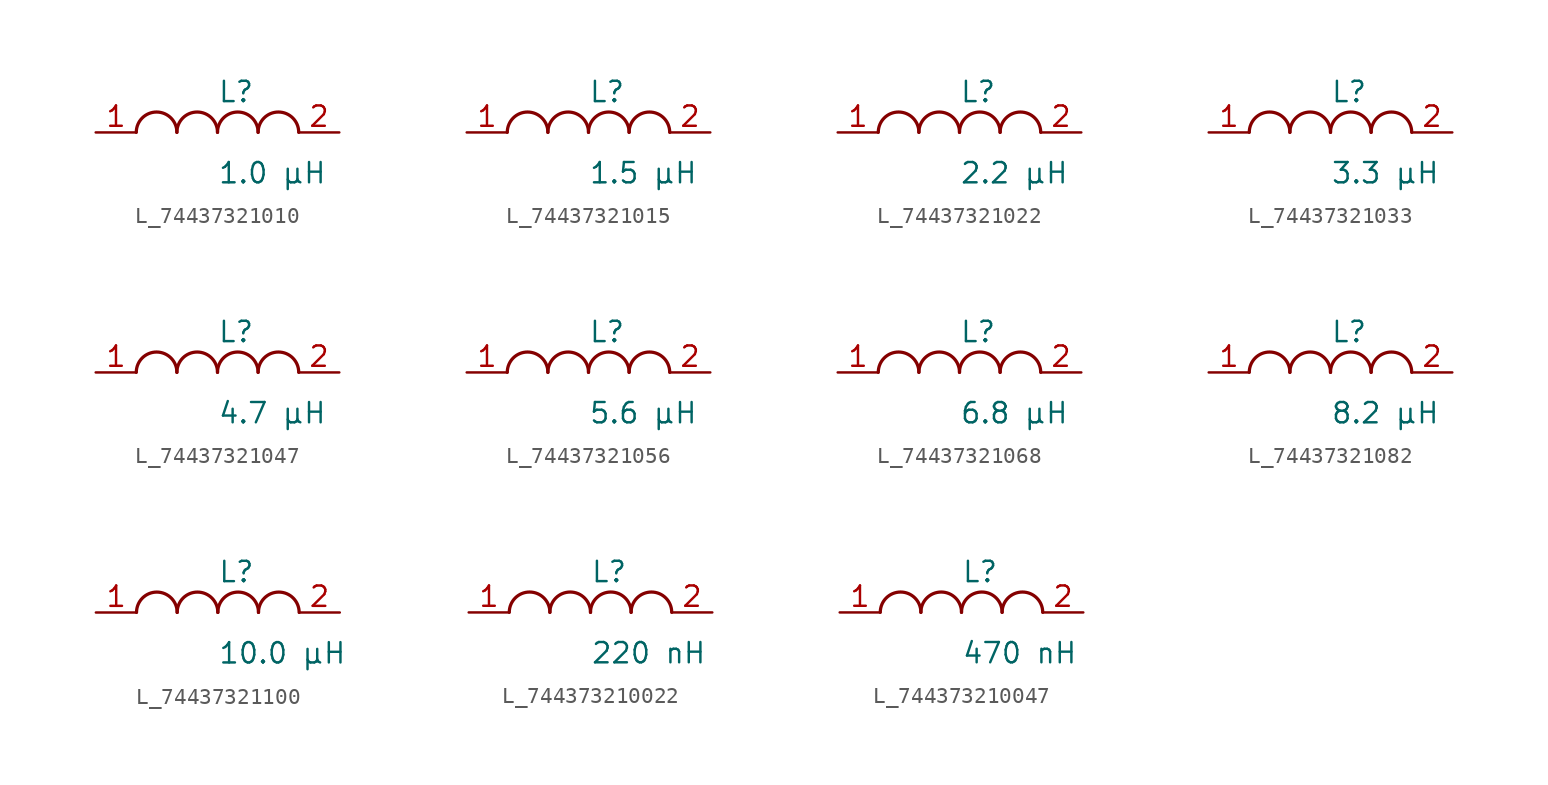
<source format=kicad_sym>
(kicad_symbol_lib
  (version 20231120)
  (generator kicad_symbol_editor)
  (generator_version 8.0)
  (symbol "L_74437321010"
    (pin_names
      (offset 0.254))
    (property "Reference" "L"
      (at 0 2.54 0)
      (effects (font (size 1.27 1.27)) (justify left)))
    (property "Value" "1.0 µH"
      (at 0 -2.54 0)
      (effects (font (size 1.27 1.27)) (justify left)))
    (symbol "L_74437321010_1_1"
      (arc (start -2.54 0.0056) (mid -3.81 1.27) (end -5.08 0.0056) (stroke (width 0.2032) (type default)) (fill (type none)))
      (arc (start 0 0.0056) (mid -1.27 1.27) (end -2.54 0.0056) (stroke (width 0.2032) (type default)) (fill (type none)))
      (arc (start 2.54 0.0056) (mid 1.27 1.27) (end 0 0.0056) (stroke (width 0.2032) (type default)) (fill (type none)))
      (arc (start 5.08 0.0056) (mid 3.81 1.27) (end 2.54 0.0056) (stroke (width 0.2032) (type default)) (fill (type none)))
      (pin unspecified line (at -7.62 0 0) (length 2.54) (name "" (effects (font (size 1.27 1.27)))) (number "1" (effects (font (size 1.27 1.27)))))
      (pin unspecified line (at 7.62 0 180) (length 2.54) (name "" (effects (font (size 1.27 1.27)))) (number "2" (effects (font (size 1.27 1.27)))))))
  (symbol "L_74437321015"
    (pin_names
      (offset 0.254))
    (property "Reference" "L"
      (at 0 2.54 0)
      (effects (font (size 1.27 1.27)) (justify left)))
    (property "Value" "1.5 µH"
      (at 0 -2.54 0)
      (effects (font (size 1.27 1.27)) (justify left)))
    (symbol "L_74437321015_1_1"
      (arc (start -2.54 0.0056) (mid -3.81 1.27) (end -5.08 0.0056) (stroke (width 0.2032) (type default)) (fill (type none)))
      (arc (start 0 0.0056) (mid -1.27 1.27) (end -2.54 0.0056) (stroke (width 0.2032) (type default)) (fill (type none)))
      (arc (start 2.54 0.0056) (mid 1.27 1.27) (end 0 0.0056) (stroke (width 0.2032) (type default)) (fill (type none)))
      (arc (start 5.08 0.0056) (mid 3.81 1.27) (end 2.54 0.0056) (stroke (width 0.2032) (type default)) (fill (type none)))
      (pin unspecified line (at -7.62 0 0) (length 2.54) (name "" (effects (font (size 1.27 1.27)))) (number "1" (effects (font (size 1.27 1.27)))))
      (pin unspecified line (at 7.62 0 180) (length 2.54) (name "" (effects (font (size 1.27 1.27)))) (number "2" (effects (font (size 1.27 1.27)))))))
  (symbol "L_74437321022"
    (pin_names
      (offset 0.254))
    (property "Reference" "L"
      (at 0 2.54 0)
      (effects (font (size 1.27 1.27)) (justify left)))
    (property "Value" "2.2 µH"
      (at 0 -2.54 0)
      (effects (font (size 1.27 1.27)) (justify left)))
    (symbol "L_74437321022_1_1"
      (arc (start -2.54 0.0056) (mid -3.81 1.27) (end -5.08 0.0056) (stroke (width 0.2032) (type default)) (fill (type none)))
      (arc (start 0 0.0056) (mid -1.27 1.27) (end -2.54 0.0056) (stroke (width 0.2032) (type default)) (fill (type none)))
      (arc (start 2.54 0.0056) (mid 1.27 1.27) (end 0 0.0056) (stroke (width 0.2032) (type default)) (fill (type none)))
      (arc (start 5.08 0.0056) (mid 3.81 1.27) (end 2.54 0.0056) (stroke (width 0.2032) (type default)) (fill (type none)))
      (pin unspecified line (at -7.62 0 0) (length 2.54) (name "" (effects (font (size 1.27 1.27)))) (number "1" (effects (font (size 1.27 1.27)))))
      (pin unspecified line (at 7.62 0 180) (length 2.54) (name "" (effects (font (size 1.27 1.27)))) (number "2" (effects (font (size 1.27 1.27)))))))
  (symbol "L_74437321033"
    (pin_names
      (offset 0.254))
    (property "Reference" "L"
      (at 0 2.54 0)
      (effects (font (size 1.27 1.27)) (justify left)))
    (property "Value" "3.3 µH"
      (at 0 -2.54 0)
      (effects (font (size 1.27 1.27)) (justify left)))
    (symbol "L_74437321033_1_1"
      (arc (start -2.54 0.0056) (mid -3.81 1.27) (end -5.08 0.0056) (stroke (width 0.2032) (type default)) (fill (type none)))
      (arc (start 0 0.0056) (mid -1.27 1.27) (end -2.54 0.0056) (stroke (width 0.2032) (type default)) (fill (type none)))
      (arc (start 2.54 0.0056) (mid 1.27 1.27) (end 0 0.0056) (stroke (width 0.2032) (type default)) (fill (type none)))
      (arc (start 5.08 0.0056) (mid 3.81 1.27) (end 2.54 0.0056) (stroke (width 0.2032) (type default)) (fill (type none)))
      (pin unspecified line (at -7.62 0 0) (length 2.54) (name "" (effects (font (size 1.27 1.27)))) (number "1" (effects (font (size 1.27 1.27)))))
      (pin unspecified line (at 7.62 0 180) (length 2.54) (name "" (effects (font (size 1.27 1.27)))) (number "2" (effects (font (size 1.27 1.27)))))))
  (symbol "L_74437321047"
    (pin_names
      (offset 0.254))
    (property "Reference" "L"
      (at 0 2.54 0)
      (effects (font (size 1.27 1.27)) (justify left)))
    (property "Value" "4.7 µH"
      (at 0 -2.54 0)
      (effects (font (size 1.27 1.27)) (justify left)))
    (symbol "L_74437321047_1_1"
      (arc (start -2.54 0.0056) (mid -3.81 1.27) (end -5.08 0.0056) (stroke (width 0.2032) (type default)) (fill (type none)))
      (arc (start 0 0.0056) (mid -1.27 1.27) (end -2.54 0.0056) (stroke (width 0.2032) (type default)) (fill (type none)))
      (arc (start 2.54 0.0056) (mid 1.27 1.27) (end 0 0.0056) (stroke (width 0.2032) (type default)) (fill (type none)))
      (arc (start 5.08 0.0056) (mid 3.81 1.27) (end 2.54 0.0056) (stroke (width 0.2032) (type default)) (fill (type none)))
      (pin unspecified line (at -7.62 0 0) (length 2.54) (name "" (effects (font (size 1.27 1.27)))) (number "1" (effects (font (size 1.27 1.27)))))
      (pin unspecified line (at 7.62 0 180) (length 2.54) (name "" (effects (font (size 1.27 1.27)))) (number "2" (effects (font (size 1.27 1.27)))))))
  (symbol "L_74437321056"
    (pin_names
      (offset 0.254))
    (property "Reference" "L"
      (at 0 2.54 0)
      (effects (font (size 1.27 1.27)) (justify left)))
    (property "Value" "5.6 µH"
      (at 0 -2.54 0)
      (effects (font (size 1.27 1.27)) (justify left)))
    (symbol "L_74437321056_1_1"
      (arc (start -2.54 0.0056) (mid -3.81 1.27) (end -5.08 0.0056) (stroke (width 0.2032) (type default)) (fill (type none)))
      (arc (start 0 0.0056) (mid -1.27 1.27) (end -2.54 0.0056) (stroke (width 0.2032) (type default)) (fill (type none)))
      (arc (start 2.54 0.0056) (mid 1.27 1.27) (end 0 0.0056) (stroke (width 0.2032) (type default)) (fill (type none)))
      (arc (start 5.08 0.0056) (mid 3.81 1.27) (end 2.54 0.0056) (stroke (width 0.2032) (type default)) (fill (type none)))
      (pin unspecified line (at -7.62 0 0) (length 2.54) (name "" (effects (font (size 1.27 1.27)))) (number "1" (effects (font (size 1.27 1.27)))))
      (pin unspecified line (at 7.62 0 180) (length 2.54) (name "" (effects (font (size 1.27 1.27)))) (number "2" (effects (font (size 1.27 1.27)))))))
  (symbol "L_74437321068"
    (pin_names
      (offset 0.254))
    (property "Reference" "L"
      (at 0 2.54 0)
      (effects (font (size 1.27 1.27)) (justify left)))
    (property "Value" "6.8 µH"
      (at 0 -2.54 0)
      (effects (font (size 1.27 1.27)) (justify left)))
    (symbol "L_74437321068_1_1"
      (arc (start -2.54 0.0056) (mid -3.81 1.27) (end -5.08 0.0056) (stroke (width 0.2032) (type default)) (fill (type none)))
      (arc (start 0 0.0056) (mid -1.27 1.27) (end -2.54 0.0056) (stroke (width 0.2032) (type default)) (fill (type none)))
      (arc (start 2.54 0.0056) (mid 1.27 1.27) (end 0 0.0056) (stroke (width 0.2032) (type default)) (fill (type none)))
      (arc (start 5.08 0.0056) (mid 3.81 1.27) (end 2.54 0.0056) (stroke (width 0.2032) (type default)) (fill (type none)))
      (pin unspecified line (at -7.62 0 0) (length 2.54) (name "" (effects (font (size 1.27 1.27)))) (number "1" (effects (font (size 1.27 1.27)))))
      (pin unspecified line (at 7.62 0 180) (length 2.54) (name "" (effects (font (size 1.27 1.27)))) (number "2" (effects (font (size 1.27 1.27)))))))
  (symbol "L_74437321082"
    (pin_names
      (offset 0.254))
    (property "Reference" "L"
      (at 0 2.54 0)
      (effects (font (size 1.27 1.27)) (justify left)))
    (property "Value" "8.2 µH"
      (at 0 -2.54 0)
      (effects (font (size 1.27 1.27)) (justify left)))
    (symbol "L_74437321082_1_1"
      (arc (start -2.54 0.0056) (mid -3.81 1.27) (end -5.08 0.0056) (stroke (width 0.2032) (type default)) (fill (type none)))
      (arc (start 0 0.0056) (mid -1.27 1.27) (end -2.54 0.0056) (stroke (width 0.2032) (type default)) (fill (type none)))
      (arc (start 2.54 0.0056) (mid 1.27 1.27) (end 0 0.0056) (stroke (width 0.2032) (type default)) (fill (type none)))
      (arc (start 5.08 0.0056) (mid 3.81 1.27) (end 2.54 0.0056) (stroke (width 0.2032) (type default)) (fill (type none)))
      (pin unspecified line (at -7.62 0 0) (length 2.54) (name "" (effects (font (size 1.27 1.27)))) (number "1" (effects (font (size 1.27 1.27)))))
      (pin unspecified line (at 7.62 0 180) (length 2.54) (name "" (effects (font (size 1.27 1.27)))) (number "2" (effects (font (size 1.27 1.27)))))))
  (symbol "L_74437321100"
    (pin_names
      (offset 0.254))
    (property "Reference" "L"
      (at 0 2.54 0)
      (effects (font (size 1.27 1.27)) (justify left)))
    (property "Value" "10.0 µH"
      (at 0 -2.54 0)
      (effects (font (size 1.27 1.27)) (justify left)))
    (symbol "L_74437321100_1_1"
      (arc (start -2.54 0.0056) (mid -3.81 1.27) (end -5.08 0.0056) (stroke (width 0.2032) (type default)) (fill (type none)))
      (arc (start 0 0.0056) (mid -1.27 1.27) (end -2.54 0.0056) (stroke (width 0.2032) (type default)) (fill (type none)))
      (arc (start 2.54 0.0056) (mid 1.27 1.27) (end 0 0.0056) (stroke (width 0.2032) (type default)) (fill (type none)))
      (arc (start 5.08 0.0056) (mid 3.81 1.27) (end 2.54 0.0056) (stroke (width 0.2032) (type default)) (fill (type none)))
      (pin unspecified line (at -7.62 0 0) (length 2.54) (name "" (effects (font (size 1.27 1.27)))) (number "1" (effects (font (size 1.27 1.27)))))
      (pin unspecified line (at 7.62 0 180) (length 2.54) (name "" (effects (font (size 1.27 1.27)))) (number "2" (effects (font (size 1.27 1.27)))))))
  (symbol "L_744373210022"
    (pin_names
      (offset 0.254))
    (property "Reference" "L"
      (at 0 2.54 0)
      (effects (font (size 1.27 1.27)) (justify left)))
    (property "Value" "220 nH"
      (at 0 -2.54 0)
      (effects (font (size 1.27 1.27)) (justify left)))
    (symbol "L_744373210022_1_1"
      (arc (start -2.54 0.0056) (mid -3.81 1.27) (end -5.08 0.0056) (stroke (width 0.2032) (type default)) (fill (type none)))
      (arc (start 0 0.0056) (mid -1.27 1.27) (end -2.54 0.0056) (stroke (width 0.2032) (type default)) (fill (type none)))
      (arc (start 2.54 0.0056) (mid 1.27 1.27) (end 0 0.0056) (stroke (width 0.2032) (type default)) (fill (type none)))
      (arc (start 5.08 0.0056) (mid 3.81 1.27) (end 2.54 0.0056) (stroke (width 0.2032) (type default)) (fill (type none)))
      (pin unspecified line (at -7.62 0 0) (length 2.54) (name "" (effects (font (size 1.27 1.27)))) (number "1" (effects (font (size 1.27 1.27)))))
      (pin unspecified line (at 7.62 0 180) (length 2.54) (name "" (effects (font (size 1.27 1.27)))) (number "2" (effects (font (size 1.27 1.27)))))))
  (symbol "L_744373210047"
    (pin_names
      (offset 0.254))
    (property "Reference" "L"
      (at 0 2.54 0)
      (effects (font (size 1.27 1.27)) (justify left)))
    (property "Value" "470 nH"
      (at 0 -2.54 0)
      (effects (font (size 1.27 1.27)) (justify left)))
    (symbol "L_744373210047_1_1"
      (arc (start -2.54 0.0056) (mid -3.81 1.27) (end -5.08 0.0056) (stroke (width 0.2032) (type default)) (fill (type none)))
      (arc (start 0 0.0056) (mid -1.27 1.27) (end -2.54 0.0056) (stroke (width 0.2032) (type default)) (fill (type none)))
      (arc (start 2.54 0.0056) (mid 1.27 1.27) (end 0 0.0056) (stroke (width 0.2032) (type default)) (fill (type none)))
      (arc (start 5.08 0.0056) (mid 3.81 1.27) (end 2.54 0.0056) (stroke (width 0.2032) (type default)) (fill (type none)))
      (pin unspecified line (at -7.62 0 0) (length 2.54) (name "" (effects (font (size 1.27 1.27)))) (number "1" (effects (font (size 1.27 1.27)))))
      (pin unspecified line (at 7.62 0 180) (length 2.54) (name "" (effects (font (size 1.27 1.27)))) (number "2" (effects (font (size 1.27 1.27))))))))
</source>
